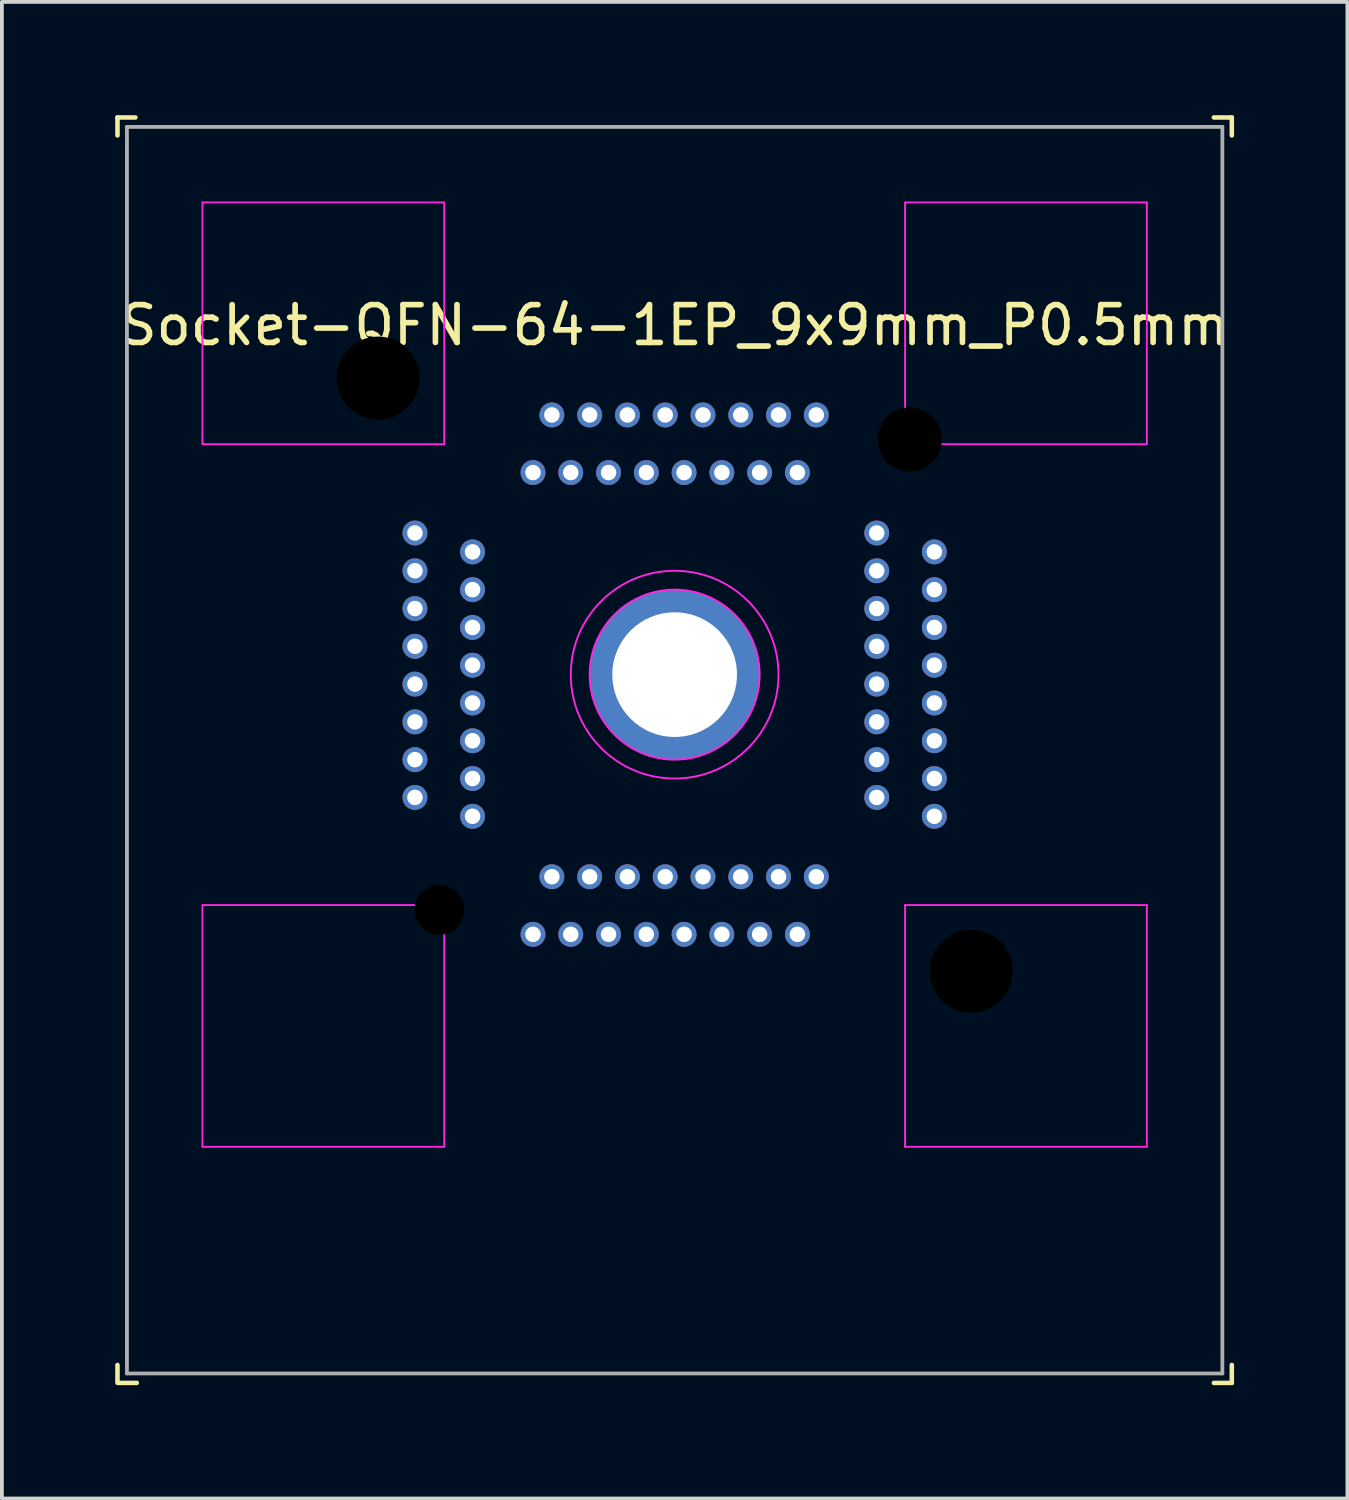
<source format=kicad_pcb>
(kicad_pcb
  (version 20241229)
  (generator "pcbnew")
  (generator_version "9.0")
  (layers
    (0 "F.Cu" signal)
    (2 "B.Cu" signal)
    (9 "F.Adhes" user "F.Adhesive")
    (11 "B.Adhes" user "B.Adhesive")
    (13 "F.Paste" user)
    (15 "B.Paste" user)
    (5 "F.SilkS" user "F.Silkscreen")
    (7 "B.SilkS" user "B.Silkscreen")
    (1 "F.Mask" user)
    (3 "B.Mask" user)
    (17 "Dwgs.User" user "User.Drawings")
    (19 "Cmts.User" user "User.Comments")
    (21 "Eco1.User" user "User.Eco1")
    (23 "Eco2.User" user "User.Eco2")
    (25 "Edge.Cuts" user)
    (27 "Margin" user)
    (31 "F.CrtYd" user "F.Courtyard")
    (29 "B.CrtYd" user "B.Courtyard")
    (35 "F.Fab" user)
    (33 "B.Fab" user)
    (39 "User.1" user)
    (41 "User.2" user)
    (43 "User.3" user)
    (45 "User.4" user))
  (footprint "Socket-QFN-64-1EP_9x9mm_P0.5mm"
    (layer "F.Cu")
    (at 14.81 14.81)
    (property "Reference" "Socket-QFN-64-1EP_9x9mm_P0.5mm" (at 0 -9.25 0) (layer "F.SilkS") (effects (font (size 1 1) (thickness 0.15))))
    (attr through_hole)
    (fp_line (start -14.75 -14.75) (end -14.275 -14.75) (stroke (width 0.12) (type solid)) (layer "F.SilkS"))
    (fp_line (start -14.75 -14.275) (end -14.75 -14.75) (stroke (width 0.12) (type solid)) (layer "F.SilkS"))
    (fp_line (start -14.75 18.275) (end -14.75 18.75) (stroke (width 0.12) (type solid)) (layer "F.SilkS"))
    (fp_line (start -14.238 18.75) (end -14.713 18.75) (stroke (width 0.12) (type solid)) (layer "F.SilkS"))
    (fp_line (start 14.75 -14.75) (end 14.275 -14.75) (stroke (width 0.12) (type solid)) (layer "F.SilkS"))
    (fp_line (start 14.75 -14.275) (end 14.75 -14.75) (stroke (width 0.12) (type solid)) (layer "F.SilkS"))
    (fp_line (start 14.75 18.275) (end 14.75 18.75) (stroke (width 0.12) (type solid)) (layer "F.SilkS"))
    (fp_line (start 14.75 18.75) (end 14.275 18.75) (stroke (width 0.12) (type solid)) (layer "F.SilkS"))
    (fp_line (start -12.5 -12.5) (end -6.1 -12.5) (stroke (width 0.05) (type default)) (layer "F.CrtYd"))
    (fp_line (start -12.5 -6.1) (end -12.5 -12.5) (stroke (width 0.05) (type default)) (layer "F.CrtYd"))
    (fp_line (start -12.5 6.1) (end -6.1 6.1) (stroke (width 0.05) (type default)) (layer "F.CrtYd"))
    (fp_line (start -12.5 12.5) (end -12.5 6.1) (stroke (width 0.05) (type default)) (layer "F.CrtYd"))
    (fp_line (start -6.1 -12.5) (end -6.1 -6.1) (stroke (width 0.05) (type default)) (layer "F.CrtYd"))
    (fp_line (start -6.1 -6.1) (end -12.5 -6.1) (stroke (width 0.05) (type default)) (layer "F.CrtYd"))
    (fp_line (start -6.1 6.1) (end -6.1 12.5) (stroke (width 0.05) (type default)) (layer "F.CrtYd"))
    (fp_line (start -6.1 12.5) (end -12.5 12.5) (stroke (width 0.05) (type default)) (layer "F.CrtYd"))
    (fp_line (start 6.1 -12.5) (end 12.5 -12.5) (stroke (width 0.05) (type default)) (layer "F.CrtYd"))
    (fp_line (start 6.1 -6.1) (end 6.1 -12.5) (stroke (width 0.05) (type default)) (layer "F.CrtYd"))
    (fp_line (start 6.1 6.1) (end 12.5 6.1) (stroke (width 0.05) (type default)) (layer "F.CrtYd"))
    (fp_line (start 6.1 12.5) (end 6.1 6.1) (stroke (width 0.05) (type default)) (layer "F.CrtYd"))
    (fp_line (start 12.5 -12.5) (end 12.5 -6.1) (stroke (width 0.05) (type default)) (layer "F.CrtYd"))
    (fp_line (start 12.5 -6.1) (end 6.1 -6.1) (stroke (width 0.05) (type default)) (layer "F.CrtYd"))
    (fp_line (start 12.5 6.1) (end 12.5 12.5) (stroke (width 0.05) (type default)) (layer "F.CrtYd"))
    (fp_line (start 12.5 12.5) (end 6.1 12.5) (stroke (width 0.05) (type default)) (layer "F.CrtYd"))
    (fp_circle (center 0 0) (end 2.25 0) (stroke (width 0.05) (type default)) (fill no) (layer "F.CrtYd"))
    (fp_circle (center 0 0) (end 2.75 0) (stroke (width 0.05) (type default)) (fill no) (layer "F.CrtYd"))
    (fp_line (start -14.5 -14.5) (end 14.5 -14.5) (stroke (width 0.1) (type default)) (layer "F.Fab"))
    (fp_line (start -14.5 18.5) (end -14.5 -14.5) (stroke (width 0.1) (type default)) (layer "F.Fab"))
    (fp_line (start 14.5 -14.5) (end 14.5 18.5) (stroke (width 0.1) (type default)) (layer "F.Fab"))
    (fp_line (start 14.5 18.5) (end -14.5 18.5) (stroke (width 0.1) (type default)) (layer "F.Fab"))
    (pad "" np_thru_hole circle (at -7.85 -7.85 90) (size 2.2 2.2) (drill 2.2) (layers "*.Mask"))
    (pad "" np_thru_hole circle (at -6.225 6.225 90) (size 1.32 1.32) (drill 1.32) (layers "*.Mask"))
    (pad "" np_thru_hole circle (at 6.225 -6.225 90) (size 1.7 1.7) (drill 1.7) (layers "*.Mask"))
    (pad "" np_thru_hole circle (at 7.85 7.85 90) (size 2.2 2.2) (drill 2.2) (layers "*.Mask"))
    (pad "1" thru_hole circle (at -3.75 6.875 90) (size 0.66 0.66) (drill 0.41) (layers "*.Cu" "*.Mask"))
    (pad "2" thru_hole circle (at -3.25 5.35 90) (size 0.66 0.66) (drill 0.41) (layers "*.Cu" "*.Mask"))
    (pad "3" thru_hole circle (at -2.75 6.875 90) (size 0.66 0.66) (drill 0.41) (layers "*.Cu" "*.Mask"))
    (pad "4" thru_hole circle (at -2.25 5.35 90) (size 0.66 0.66) (drill 0.41) (layers "*.Cu" "*.Mask"))
    (pad "5" thru_hole circle (at -1.75 6.875 90) (size 0.66 0.66) (drill 0.41) (layers "*.Cu" "*.Mask"))
    (pad "6" thru_hole circle (at -1.25 5.35 90) (size 0.66 0.66) (drill 0.41) (layers "*.Cu" "*.Mask"))
    (pad "7" thru_hole circle (at -0.75 6.875 90) (size 0.66 0.66) (drill 0.41) (layers "*.Cu" "*.Mask"))
    (pad "8" thru_hole circle (at -0.25 5.35 90) (size 0.66 0.66) (drill 0.41) (layers "*.Cu" "*.Mask"))
    (pad "9" thru_hole circle (at 0.25 6.875 90) (size 0.66 0.66) (drill 0.41) (layers "*.Cu" "*.Mask"))
    (pad "10" thru_hole circle (at 0.75 5.35 90) (size 0.66 0.66) (drill 0.41) (layers "*.Cu" "*.Mask"))
    (pad "11" thru_hole circle (at 1.25 6.875 90) (size 0.66 0.66) (drill 0.41) (layers "*.Cu" "*.Mask"))
    (pad "12" thru_hole circle (at 1.75 5.35 90) (size 0.66 0.66) (drill 0.41) (layers "*.Cu" "*.Mask"))
    (pad "13" thru_hole circle (at 2.25 6.875 90) (size 0.66 0.66) (drill 0.41) (layers "*.Cu" "*.Mask"))
    (pad "14" thru_hole circle (at 2.75 5.35 90) (size 0.66 0.66) (drill 0.41) (layers "*.Cu" "*.Mask"))
    (pad "15" thru_hole circle (at 3.25 6.875 90) (size 0.66 0.66) (drill 0.41) (layers "*.Cu" "*.Mask"))
    (pad "16" thru_hole circle (at 3.75 5.35 90) (size 0.66 0.66) (drill 0.41) (layers "*.Cu" "*.Mask"))
    (pad "17" thru_hole circle (at 6.875 3.75 90) (size 0.66 0.66) (drill 0.41) (layers "*.Cu" "*.Mask"))
    (pad "18" thru_hole circle (at 5.35 3.25 90) (size 0.66 0.66) (drill 0.41) (layers "*.Cu" "*.Mask"))
    (pad "19" thru_hole circle (at 6.875 2.75 90) (size 0.66 0.66) (drill 0.41) (layers "*.Cu" "*.Mask"))
    (pad "20" thru_hole circle (at 5.35 2.25 90) (size 0.66 0.66) (drill 0.41) (layers "*.Cu" "*.Mask"))
    (pad "21" thru_hole circle (at 6.875 1.75 90) (size 0.66 0.66) (drill 0.41) (layers "*.Cu" "*.Mask"))
    (pad "22" thru_hole circle (at 5.35 1.25 90) (size 0.66 0.66) (drill 0.41) (layers "*.Cu" "*.Mask"))
    (pad "23" thru_hole circle (at 6.875 0.75 90) (size 0.66 0.66) (drill 0.41) (layers "*.Cu" "*.Mask"))
    (pad "24" thru_hole circle (at 5.35 0.25 90) (size 0.66 0.66) (drill 0.41) (layers "*.Cu" "*.Mask"))
    (pad "25" thru_hole circle (at 6.875 -0.25 90) (size 0.66 0.66) (drill 0.41) (layers "*.Cu" "*.Mask"))
    (pad "26" thru_hole circle (at 5.35 -0.75 90) (size 0.66 0.66) (drill 0.41) (layers "*.Cu" "*.Mask"))
    (pad "27" thru_hole circle (at 6.875 -1.25 90) (size 0.66 0.66) (drill 0.41) (layers "*.Cu" "*.Mask"))
    (pad "28" thru_hole circle (at 5.35 -1.75 90) (size 0.66 0.66) (drill 0.41) (layers "*.Cu" "*.Mask"))
    (pad "29" thru_hole circle (at 6.875 -2.25 90) (size 0.66 0.66) (drill 0.41) (layers "*.Cu" "*.Mask"))
    (pad "30" thru_hole circle (at 5.35 -2.75 90) (size 0.66 0.66) (drill 0.41) (layers "*.Cu" "*.Mask"))
    (pad "31" thru_hole circle (at 6.875 -3.25 90) (size 0.66 0.66) (drill 0.41) (layers "*.Cu" "*.Mask"))
    (pad "32" thru_hole circle (at 5.35 -3.75 90) (size 0.66 0.66) (drill 0.41) (layers "*.Cu" "*.Mask"))
    (pad "33" thru_hole circle (at 3.75 -6.875 90) (size 0.66 0.66) (drill 0.41) (layers "*.Cu" "*.Mask"))
    (pad "34" thru_hole circle (at 3.25 -5.35 90) (size 0.66 0.66) (drill 0.41) (layers "*.Cu" "*.Mask"))
    (pad "35" thru_hole circle (at 2.75 -6.875 90) (size 0.66 0.66) (drill 0.41) (layers "*.Cu" "*.Mask"))
    (pad "36" thru_hole circle (at 2.25 -5.35 90) (size 0.66 0.66) (drill 0.41) (layers "*.Cu" "*.Mask"))
    (pad "37" thru_hole circle (at 1.75 -6.875 90) (size 0.66 0.66) (drill 0.41) (layers "*.Cu" "*.Mask"))
    (pad "38" thru_hole circle (at 1.25 -5.35 90) (size 0.66 0.66) (drill 0.41) (layers "*.Cu" "*.Mask"))
    (pad "39" thru_hole circle (at 0.75 -6.875 90) (size 0.66 0.66) (drill 0.41) (layers "*.Cu" "*.Mask"))
    (pad "40" thru_hole circle (at 0.25 -5.35 90) (size 0.66 0.66) (drill 0.41) (layers "*.Cu" "*.Mask"))
    (pad "41" thru_hole circle (at -0.25 -6.875 90) (size 0.66 0.66) (drill 0.41) (layers "*.Cu" "*.Mask"))
    (pad "42" thru_hole circle (at -0.75 -5.35 90) (size 0.66 0.66) (drill 0.41) (layers "*.Cu" "*.Mask"))
    (pad "43" thru_hole circle (at -1.25 -6.875 90) (size 0.66 0.66) (drill 0.41) (layers "*.Cu" "*.Mask"))
    (pad "44" thru_hole circle (at -1.75 -5.35 90) (size 0.66 0.66) (drill 0.41) (layers "*.Cu" "*.Mask"))
    (pad "45" thru_hole circle (at -2.25 -6.875 90) (size 0.66 0.66) (drill 0.41) (layers "*.Cu" "*.Mask"))
    (pad "46" thru_hole circle (at -2.75 -5.35 90) (size 0.66 0.66) (drill 0.41) (layers "*.Cu" "*.Mask"))
    (pad "47" thru_hole circle (at -3.25 -6.875 90) (size 0.66 0.66) (drill 0.41) (layers "*.Cu" "*.Mask"))
    (pad "48" thru_hole circle (at -3.75 -5.35 90) (size 0.66 0.66) (drill 0.41) (layers "*.Cu" "*.Mask"))
    (pad "49" thru_hole circle (at -6.875 -3.75 90) (size 0.66 0.66) (drill 0.41) (layers "*.Cu" "*.Mask"))
    (pad "50" thru_hole circle (at -5.35 -3.25 90) (size 0.66 0.66) (drill 0.41) (layers "*.Cu" "*.Mask"))
    (pad "51" thru_hole circle (at -6.875 -2.75 90) (size 0.66 0.66) (drill 0.41) (layers "*.Cu" "*.Mask"))
    (pad "52" thru_hole circle (at -5.35 -2.25 90) (size 0.66 0.66) (drill 0.41) (layers "*.Cu" "*.Mask"))
    (pad "53" thru_hole circle (at -6.875 -1.75 90) (size 0.66 0.66) (drill 0.41) (layers "*.Cu" "*.Mask"))
    (pad "54" thru_hole circle (at -5.35 -1.25 90) (size 0.66 0.66) (drill 0.41) (layers "*.Cu" "*.Mask"))
    (pad "55" thru_hole circle (at -6.875 -0.75 90) (size 0.66 0.66) (drill 0.41) (layers "*.Cu" "*.Mask"))
    (pad "56" thru_hole circle (at -5.35 -0.25 90) (size 0.66 0.66) (drill 0.41) (layers "*.Cu" "*.Mask"))
    (pad "57" thru_hole circle (at -6.875 0.25 90) (size 0.66 0.66) (drill 0.41) (layers "*.Cu" "*.Mask"))
    (pad "58" thru_hole circle (at -5.35 0.75 90) (size 0.66 0.66) (drill 0.41) (layers "*.Cu" "*.Mask"))
    (pad "59" thru_hole circle (at -6.875 1.25 90) (size 0.66 0.66) (drill 0.41) (layers "*.Cu" "*.Mask"))
    (pad "60" thru_hole circle (at -5.35 1.75 90) (size 0.66 0.66) (drill 0.41) (layers "*.Cu" "*.Mask"))
    (pad "61" thru_hole circle (at -6.875 2.25 90) (size 0.66 0.66) (drill 0.41) (layers "*.Cu" "*.Mask"))
    (pad "62" thru_hole circle (at -5.35 2.75 90) (size 0.66 0.66) (drill 0.41) (layers "*.Cu" "*.Mask"))
    (pad "63" thru_hole circle (at -6.875 3.25 90) (size 0.66 0.66) (drill 0.41) (layers "*.Cu" "*.Mask"))
    (pad "64" thru_hole circle (at -5.35 3.75 90) (size 0.66 0.66) (drill 0.41) (layers "*.Cu" "*.Mask"))
    (pad "65" thru_hole circle (at 0 0 90) (size 4.5 4.5) (drill 3.3) (layers "*.Cu" "*.Mask"))
    (zone (net_name "") (layer "F.Cu") (hatch edge 0.5) (connect_pads) (min_thickness 0.25) (filled_areas_thickness no) (keepout (tracks not_allowed) (vias not_allowed) (pads not_allowed) (copperpour allowed) (footprints allowed)) (placement (enabled no)) (fill) (polygon (pts (xy 8.71 2.31) (xy 2.31 2.31) (xy 2.31 8.71) (xy 8.71 8.71))))
    (zone (net_name "") (layer "F.Cu") (hatch edge 0.5) (connect_pads) (min_thickness 0.25) (filled_areas_thickness no) (keepout (tracks not_allowed) (vias not_allowed) (pads not_allowed) (copperpour allowed) (footprints allowed)) (placement (enabled no)) (fill) (polygon (pts (xy 8.71 20.91) (xy 2.31 20.91) (xy 2.31 27.31) (xy 8.71 27.31))))
    (zone (net_name "") (layer "F.Cu") (hatch edge 0.5) (connect_pads) (min_thickness 0.25) (filled_areas_thickness no) (keepout (tracks not_allowed) (vias not_allowed) (pads not_allowed) (copperpour allowed) (footprints allowed)) (placement (enabled no)) (fill) (polygon (pts (xy 27.31 2.31) (xy 20.91 2.31) (xy 20.91 8.71) (xy 27.31 8.71))))
    (zone (net_name "") (layer "F.Cu") (hatch edge 0.5) (connect_pads) (min_thickness 0.25) (filled_areas_thickness no) (keepout (tracks not_allowed) (vias not_allowed) (pads not_allowed) (copperpour allowed) (footprints allowed)) (placement (enabled no)) (fill) (polygon (pts (xy 27.31 20.91) (xy 20.91 20.91) (xy 20.91 27.31) (xy 27.31 27.31))))
    (zone (net_name "") (layer "F.Cu") (hatch edge 0.5) (connect_pads) (min_thickness 0.25) (filled_areas_thickness no) (keepout (tracks not_allowed) (vias not_allowed) (pads not_allowed) (copperpour allowed) (footprints allowed)) (placement (enabled no)) (fill) (polygon (pts (xy 15.141 12.08) (xy 15.468 12.14) (xy 15.785 12.239) (xy 16.088 12.375) (xy 16.372 12.547) (xy 16.634 12.752) (xy 16.868 12.986) (xy 17.073 13.248) (xy 17.245 13.532) (xy 17.381 13.835) (xy 17.48 14.152) (xy 17.54 14.479) (xy 17.554 14.81) (xy 17.103 14.81) (xy 17.09 14.51) (xy 17.032 14.215) (xy 16.935 13.93) (xy 16.802 13.66) (xy 16.635 13.41) (xy 16.436 13.184) (xy 16.21 12.985) (xy 15.96 12.818) (xy 15.69 12.685) (xy 15.405 12.588) (xy 15.11 12.53) (xy 14.81 12.51) (xy 14.51 12.53) (xy 14.215 12.588) (xy 13.93 12.685) (xy 13.66 12.818) (xy 13.41 12.985) (xy 13.184 13.184) (xy 12.985 13.41) (xy 12.818 13.66) (xy 12.685 13.93) (xy 12.588 14.215) (xy 12.53 14.51) (xy 12.51 14.81) (xy 12.53 15.11) (xy 12.588 15.405) (xy 12.685 15.69) (xy 12.818 15.96) (xy 12.985 16.21) (xy 13.184 16.436) (xy 13.41 16.635) (xy 13.66 16.802) (xy 13.93 16.935) (xy 14.215 17.032) (xy 14.51 17.09) (xy 14.81 17.11) (xy 15.11 17.09) (xy 15.405 17.032) (xy 15.69 16.935) (xy 15.96 16.802) (xy 16.21 16.635) (xy 16.436 16.436) (xy 16.635 16.21) (xy 16.802 15.96) (xy 16.935 15.69) (xy 17.032 15.405) (xy 17.09 15.11) (xy 17.103 14.81) (xy 17.554 14.81) (xy 17.54 15.141) (xy 17.48 15.468) (xy 17.381 15.785) (xy 17.245 16.088) (xy 17.073 16.372) (xy 16.868 16.634) (xy 16.634 16.868) (xy 16.372 17.073) (xy 16.088 17.245) (xy 15.785 17.381) (xy 15.468 17.48) (xy 15.141 17.54) (xy 14.81 17.56) (xy 14.479 17.54) (xy 14.152 17.48) (xy 13.835 17.381) (xy 13.532 17.245) (xy 13.248 17.073) (xy 12.986 16.868) (xy 12.752 16.634) (xy 12.547 16.372) (xy 12.375 16.088) (xy 12.239 15.785) (xy 12.14 15.468) (xy 12.08 15.141) (xy 12.06 14.81) (xy 12.08 14.479) (xy 12.14 14.152) (xy 12.239 13.835) (xy 12.375 13.532) (xy 12.547 13.248) (xy 12.752 12.986) (xy 12.986 12.752) (xy 13.248 12.547) (xy 13.532 12.375) (xy 13.835 12.239) (xy 14.152 12.14) (xy 14.479 12.08) (xy 14.81 12.06)))))
  (gr_rect
    (start -3 -3)
    (end 32.62 36.62)
    (stroke (width 0.1) (type default))
    (fill no)
    (layer "Edge.Cuts")))
</source>
